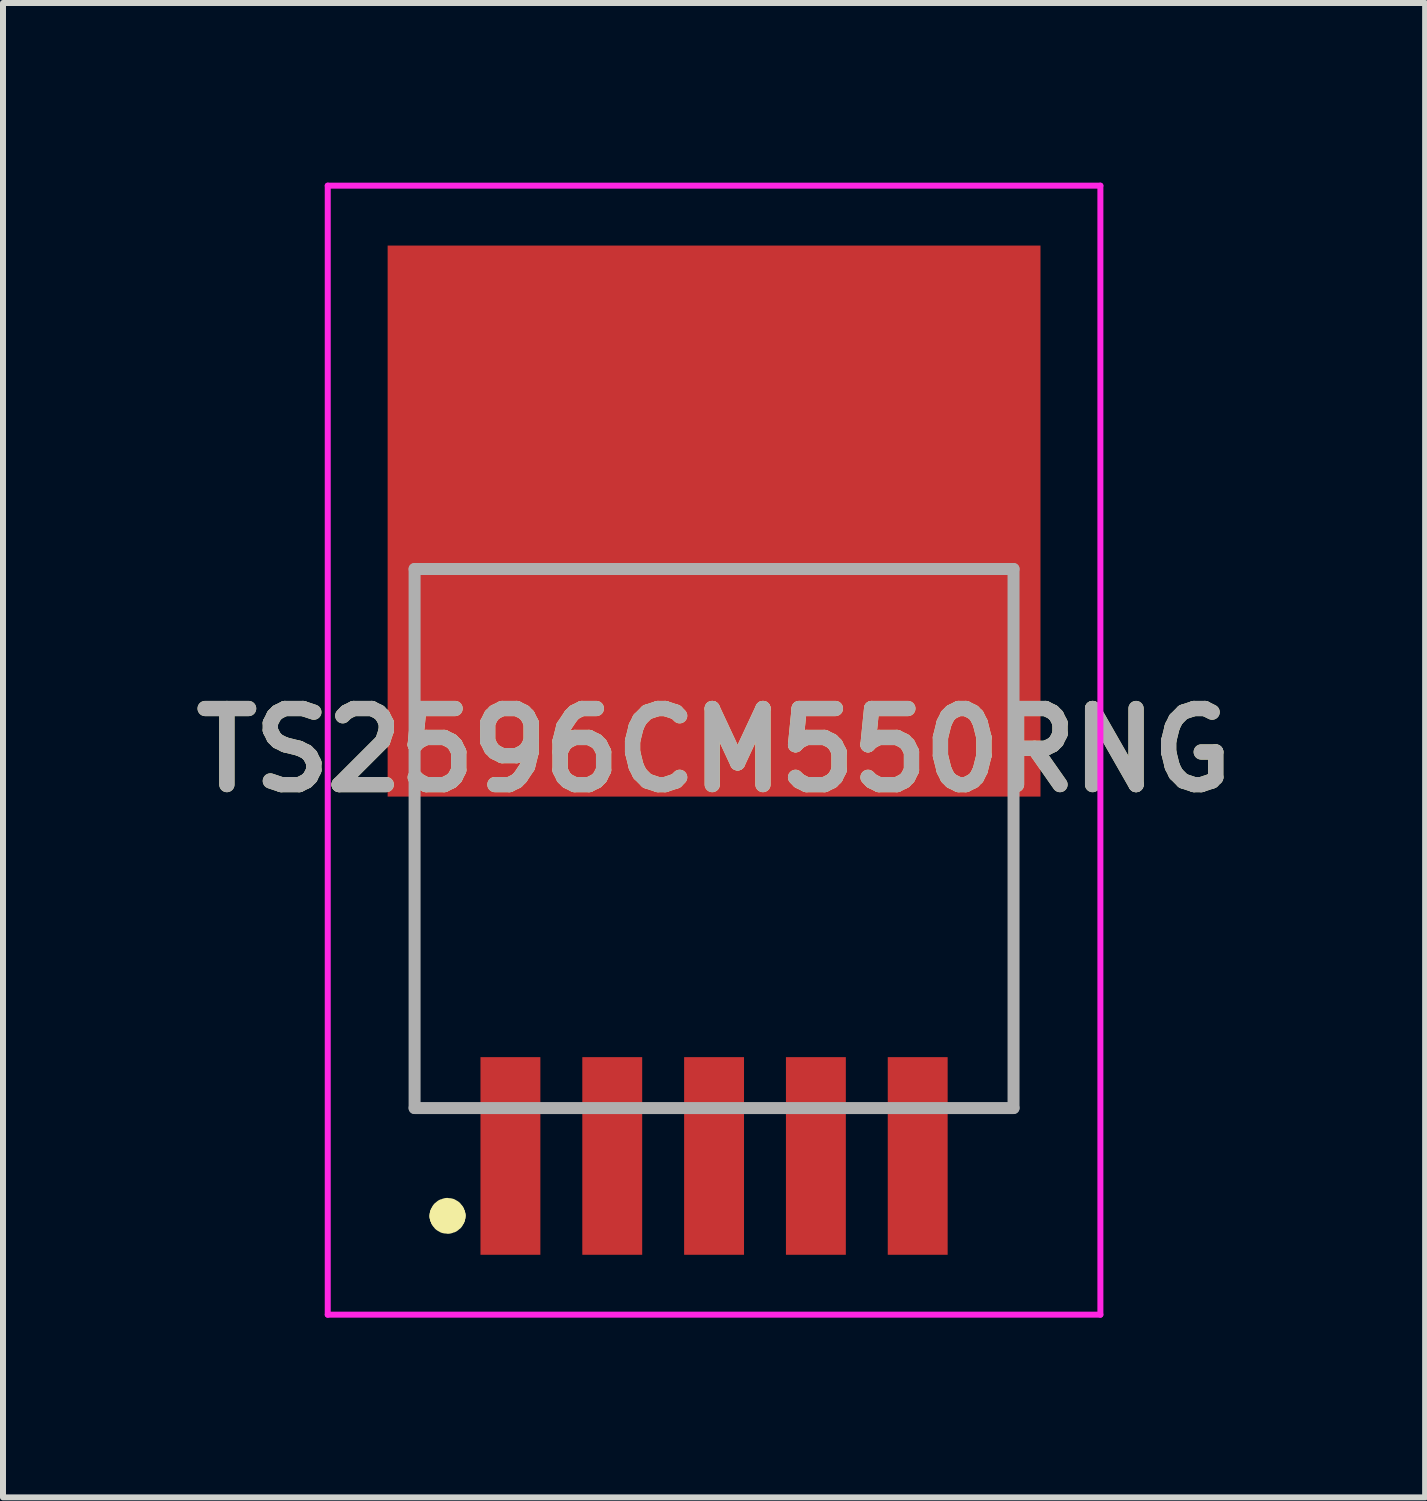
<source format=kicad_pcb>
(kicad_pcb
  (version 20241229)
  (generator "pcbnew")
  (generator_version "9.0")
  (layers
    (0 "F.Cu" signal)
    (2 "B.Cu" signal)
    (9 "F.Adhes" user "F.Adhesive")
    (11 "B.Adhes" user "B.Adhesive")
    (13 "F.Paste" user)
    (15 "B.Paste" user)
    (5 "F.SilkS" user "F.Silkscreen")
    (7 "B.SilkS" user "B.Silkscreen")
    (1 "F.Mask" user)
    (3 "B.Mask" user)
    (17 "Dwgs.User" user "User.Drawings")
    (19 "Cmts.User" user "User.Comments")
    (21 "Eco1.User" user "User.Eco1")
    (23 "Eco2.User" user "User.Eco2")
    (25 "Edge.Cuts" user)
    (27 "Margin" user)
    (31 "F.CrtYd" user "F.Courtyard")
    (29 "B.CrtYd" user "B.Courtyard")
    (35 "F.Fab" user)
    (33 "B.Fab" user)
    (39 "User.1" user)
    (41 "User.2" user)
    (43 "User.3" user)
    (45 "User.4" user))
  (footprint "TS2596CM550RNG"
    (layer "F.Cu")
    (at 8.872 10.95)
    (property "Reference" "TS2596CM550RNG" (at 0 -1.475 0) (layer "F.SilkS") (effects (font (size 1.27 1.27) (thickness 0.254))))
    (attr smd)
    (fp_line (start -5 0) (end -5 4.5) (stroke (width 0.1) (type solid)) (layer "F.SilkS"))
    (fp_line (start -5 4.5) (end -4.5 4.5) (stroke (width 0.1) (type solid)) (layer "F.SilkS"))
    (fp_line (start -4.5 6.3) (end -4.5 6.3) (stroke (width 0.5) (type solid)) (layer "F.SilkS"))
    (fp_line (start -4.4 6.3) (end -4.4 6.3) (stroke (width 0.5) (type solid)) (layer "F.SilkS"))
    (fp_line (start 5 0) (end 5 4.5) (stroke (width 0.1) (type solid)) (layer "F.SilkS"))
    (fp_line (start 5 4.5) (end 4.5 4.5) (stroke (width 0.1) (type solid)) (layer "F.SilkS"))
    (fp_arc (start -4.5 6.3) (mid -4.45 6.25) (end -4.4 6.3) (stroke (width 0.5) (type solid)) (layer "F.SilkS"))
    (fp_arc (start -4.4 6.3) (mid -4.45 6.35) (end -4.5 6.3) (stroke (width 0.5) (type solid)) (layer "F.SilkS"))
    (fp_line (start -6.45 -10.9) (end 6.45 -10.9) (stroke (width 0.1) (type solid)) (layer "F.CrtYd"))
    (fp_line (start -6.45 7.95) (end -6.45 -10.9) (stroke (width 0.1) (type solid)) (layer "F.CrtYd"))
    (fp_line (start 6.45 -10.9) (end 6.45 7.95) (stroke (width 0.1) (type solid)) (layer "F.CrtYd"))
    (fp_line (start 6.45 7.95) (end -6.45 7.95) (stroke (width 0.1) (type solid)) (layer "F.CrtYd"))
    (fp_line (start -5 -4.5) (end 5 -4.5) (stroke (width 0.2) (type solid)) (layer "F.Fab"))
    (fp_line (start -5 4.5) (end -5 -4.5) (stroke (width 0.2) (type solid)) (layer "F.Fab"))
    (fp_line (start 5 -4.5) (end 5 4.5) (stroke (width 0.2) (type solid)) (layer "F.Fab"))
    (fp_line (start 5 4.5) (end -5 4.5) (stroke (width 0.2) (type solid)) (layer "F.Fab"))
    (fp_text user "${REFERENCE}" (at 0 -1.475 0) (layer "F.Fab") (effects (font (size 1.27 1.27) (thickness 0.254))))
    (pad "1" smd rect (at -3.4 5.3) (size 1 3.3) (layers "F.Cu" "F.Mask" "F.Paste"))
    (pad "2" smd rect (at -1.7 5.3) (size 1 3.3) (layers "F.Cu" "F.Mask" "F.Paste"))
    (pad "3" smd rect (at 0 5.3) (size 1 3.3) (layers "F.Cu" "F.Mask" "F.Paste"))
    (pad "4" smd rect (at 1.7 5.3) (size 1 3.3) (layers "F.Cu" "F.Mask" "F.Paste"))
    (pad "5" smd rect (at 3.4 5.3) (size 1 3.3) (layers "F.Cu" "F.Mask" "F.Paste"))
    (pad "6" smd rect (at 0 -5.3 90) (size 9.2 10.9) (layers "F.Cu" "F.Mask" "F.Paste")))
  (gr_rect
    (start -3 -3)
    (end 20.744 21.95)
    (stroke (width 0.1) (type default))
    (fill no)
    (layer "Edge.Cuts")))
</source>
